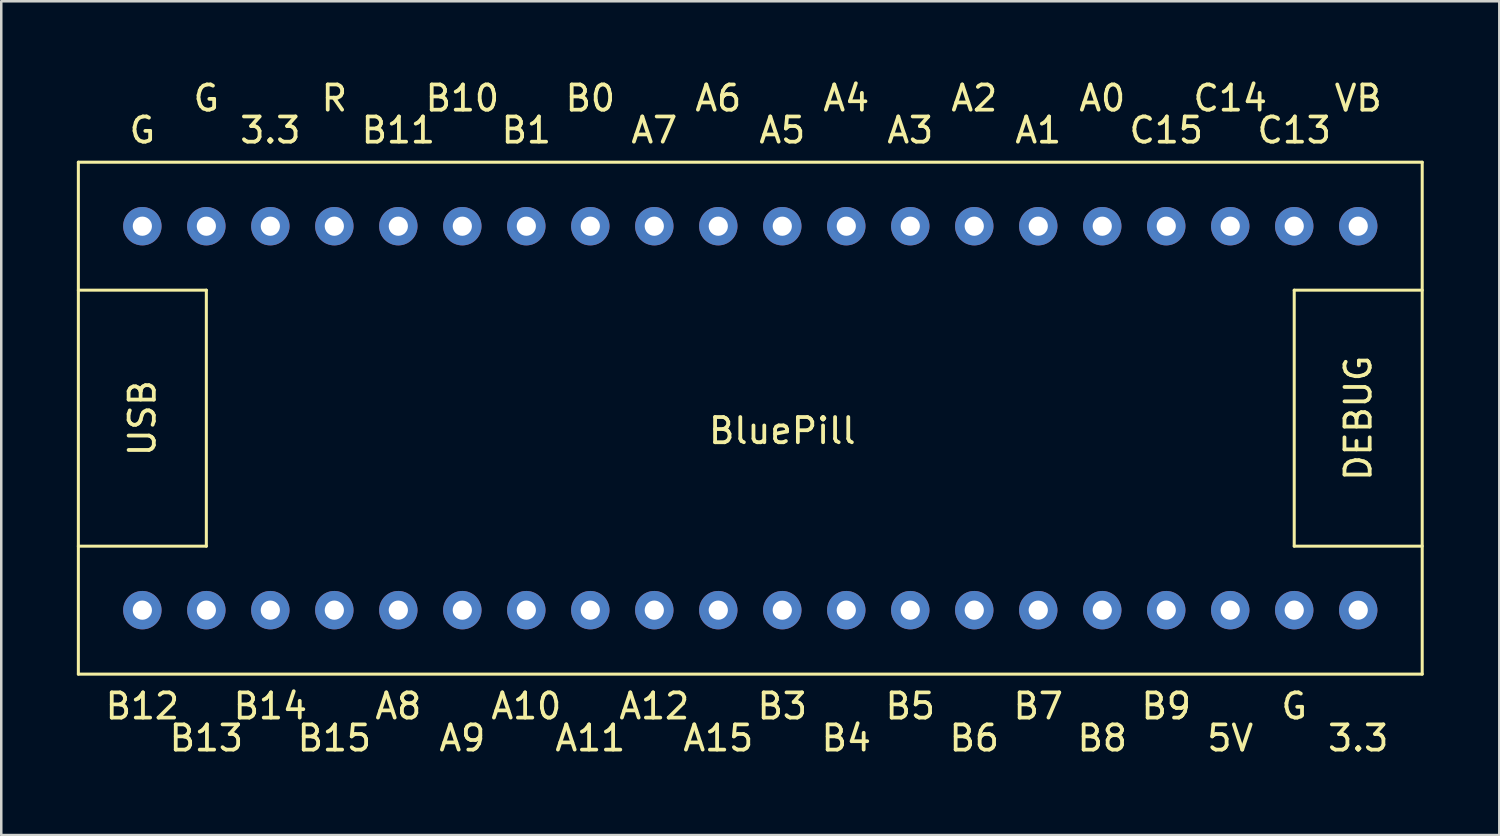
<source format=kicad_pcb>
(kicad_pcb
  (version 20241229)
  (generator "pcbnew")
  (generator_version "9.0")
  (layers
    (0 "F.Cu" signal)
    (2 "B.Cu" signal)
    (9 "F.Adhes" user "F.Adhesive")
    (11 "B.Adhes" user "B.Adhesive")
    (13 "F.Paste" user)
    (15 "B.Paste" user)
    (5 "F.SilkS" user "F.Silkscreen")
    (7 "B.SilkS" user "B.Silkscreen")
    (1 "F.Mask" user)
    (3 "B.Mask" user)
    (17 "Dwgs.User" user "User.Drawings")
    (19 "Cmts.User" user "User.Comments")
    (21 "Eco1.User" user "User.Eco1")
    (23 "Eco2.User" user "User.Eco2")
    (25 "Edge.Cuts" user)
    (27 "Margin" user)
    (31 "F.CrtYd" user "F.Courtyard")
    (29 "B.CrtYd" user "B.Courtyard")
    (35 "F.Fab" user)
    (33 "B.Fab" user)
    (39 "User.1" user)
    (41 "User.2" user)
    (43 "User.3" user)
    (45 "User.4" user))
  (footprint "BluePill"
    (layer "F.Cu")
    (at 28 13.548)
    (property "Reference" "BluePill" (at 0 0.5 0) (layer "F.SilkS") (effects (font (size 1 1) (thickness 0.15))))
    (attr through_hole)
    (fp_line (start -27.94 -10.16) (end 25.4 -10.16) (stroke (width 0.12) (type solid)) (layer "F.SilkS"))
    (fp_line (start -27.94 -5.08) (end -22.86 -5.08) (stroke (width 0.12) (type solid)) (layer "F.SilkS"))
    (fp_line (start -27.94 10.16) (end -27.94 -10.16) (stroke (width 0.12) (type solid)) (layer "F.SilkS"))
    (fp_line (start -22.86 -5.08) (end -22.86 5.08) (stroke (width 0.12) (type solid)) (layer "F.SilkS"))
    (fp_line (start -22.86 5.08) (end -27.94 5.08) (stroke (width 0.12) (type solid)) (layer "F.SilkS"))
    (fp_line (start 20.32 -5.08) (end 20.32 5.08) (stroke (width 0.12) (type solid)) (layer "F.SilkS"))
    (fp_line (start 20.32 5.08) (end 25.4 5.08) (stroke (width 0.12) (type solid)) (layer "F.SilkS"))
    (fp_line (start 25.4 -10.16) (end 25.4 10.16) (stroke (width 0.12) (type solid)) (layer "F.SilkS"))
    (fp_line (start 25.4 -5.08) (end 20.32 -5.08) (stroke (width 0.12) (type solid)) (layer "F.SilkS"))
    (fp_line (start 25.4 10.16) (end -27.94 10.16) (stroke (width 0.12) (type solid)) (layer "F.SilkS"))
    (fp_text user "B14" (at -20.32 11.43 0) (layer "F.SilkS") (effects (font (size 1 1) (thickness 0.15))))
    (fp_text user "USB" (at -25.4 0 90) (layer "F.SilkS") (effects (font (size 1 1) (thickness 0.15))))
    (fp_text user "B15" (at -17.78 12.7 0) (layer "F.SilkS") (effects (font (size 1 1) (thickness 0.15))))
    (fp_text user "G" (at -22.86 -12.7 0) (layer "F.SilkS") (effects (font (size 1 1) (thickness 0.15))))
    (fp_text user "B0" (at -7.62 -12.7 0) (layer "F.SilkS") (effects (font (size 1 1) (thickness 0.15))))
    (fp_text user "A12" (at -5.08 11.43 0) (layer "F.SilkS") (effects (font (size 1 1) (thickness 0.15))))
    (fp_text user "B9" (at 15.24 11.43 0) (layer "F.SilkS") (effects (font (size 1 1) (thickness 0.15))))
    (fp_text user "B11" (at -15.24 -11.43 0) (layer "F.SilkS") (effects (font (size 1 1) (thickness 0.15))))
    (fp_text user "B3" (at 0 11.43 0) (layer "F.SilkS") (effects (font (size 1 1) (thickness 0.15))))
    (fp_text user "B5" (at 5.08 11.43 0) (layer "F.SilkS") (effects (font (size 1 1) (thickness 0.15))))
    (fp_text user "A2" (at 7.62 -12.7 0) (layer "F.SilkS") (effects (font (size 1 1) (thickness 0.15))))
    (fp_text user "A8" (at -15.24 11.43 0) (layer "F.SilkS") (effects (font (size 1 1) (thickness 0.15))))
    (fp_text user "A4" (at 2.54 -12.7 0) (layer "F.SilkS") (effects (font (size 1 1) (thickness 0.15))))
    (fp_text user "R" (at -17.78 -12.7 0) (layer "F.SilkS") (effects (font (size 1 1) (thickness 0.15))))
    (fp_text user "DEBUG" (at 22.86 0 90) (layer "F.SilkS") (effects (font (size 1 1) (thickness 0.15))))
    (fp_text user "G" (at 20.32 11.43 0) (layer "F.SilkS") (effects (font (size 1 1) (thickness 0.15))))
    (fp_text user "A3" (at 5.08 -11.43 0) (layer "F.SilkS") (effects (font (size 1 1) (thickness 0.15))))
    (fp_text user "C15" (at 15.24 -11.43 0) (layer "F.SilkS") (effects (font (size 1 1) (thickness 0.15))))
    (fp_text user "B12" (at -25.4 11.43 0) (layer "F.SilkS") (effects (font (size 1 1) (thickness 0.15))))
    (fp_text user "B1" (at -10.16 -11.43 0) (layer "F.SilkS") (effects (font (size 1 1) (thickness 0.15))))
    (fp_text user "B4" (at 2.54 12.7 0) (layer "F.SilkS") (effects (font (size 1 1) (thickness 0.15))))
    (fp_text user "C14" (at 17.78 -12.7 0) (layer "F.SilkS") (effects (font (size 1 1) (thickness 0.15))))
    (fp_text user "A5" (at 0 -11.43 0) (layer "F.SilkS") (effects (font (size 1 1) (thickness 0.15))))
    (fp_text user "B7" (at 10.16 11.43 0) (layer "F.SilkS") (effects (font (size 1 1) (thickness 0.15))))
    (fp_text user "A0" (at 12.7 -12.7 0) (layer "F.SilkS") (effects (font (size 1 1) (thickness 0.15))))
    (fp_text user "B10" (at -12.7 -12.7 0) (layer "F.SilkS") (effects (font (size 1 1) (thickness 0.15))))
    (fp_text user "B8" (at 12.7 12.7 0) (layer "F.SilkS") (effects (font (size 1 1) (thickness 0.15))))
    (fp_text user "3.3" (at 22.86 12.7 0) (layer "F.SilkS") (effects (font (size 1 1) (thickness 0.15))))
    (fp_text user "A6" (at -2.54 -12.7 0) (layer "F.SilkS") (effects (font (size 1 1) (thickness 0.15))))
    (fp_text user "A11" (at -7.62 12.7 0) (layer "F.SilkS") (effects (font (size 1 1) (thickness 0.15))))
    (fp_text user "G" (at -25.4 -11.43 0) (layer "F.SilkS") (effects (font (size 1 1) (thickness 0.15))))
    (fp_text user "A9" (at -12.7 12.7 0) (layer "F.SilkS") (effects (font (size 1 1) (thickness 0.15))))
    (fp_text user "A10" (at -10.16 11.43 0) (layer "F.SilkS") (effects (font (size 1 1) (thickness 0.15))))
    (fp_text user "B6" (at 7.62 12.7 0) (layer "F.SilkS") (effects (font (size 1 1) (thickness 0.15))))
    (fp_text user "A15" (at -2.54 12.7 0) (layer "F.SilkS") (effects (font (size 1 1) (thickness 0.15))))
    (fp_text user "B13" (at -22.86 12.7 0) (layer "F.SilkS") (effects (font (size 1 1) (thickness 0.15))))
    (fp_text user "3.3" (at -20.32 -11.43 0) (layer "F.SilkS") (effects (font (size 1 1) (thickness 0.15))))
    (fp_text user "VB" (at 22.86 -12.7 0) (layer "F.SilkS") (effects (font (size 1 1) (thickness 0.15))))
    (fp_text user "A7" (at -5.08 -11.43 0) (layer "F.SilkS") (effects (font (size 1 1) (thickness 0.15))))
    (fp_text user "C13" (at 20.32 -11.43 0) (layer "F.SilkS") (effects (font (size 1 1) (thickness 0.15))))
    (fp_text user "5V" (at 17.78 12.7 0) (layer "F.SilkS") (effects (font (size 1 1) (thickness 0.15))))
    (fp_text user "A1" (at 10.16 -11.43 0) (layer "F.SilkS") (effects (font (size 1 1) (thickness 0.15))))
    (pad "1" thru_hole circle (at -25.4 -7.62) (size 1.524 1.524) (drill 0.762) (layers "*.Cu" "*.Mask"))
    (pad "2" thru_hole circle (at -22.86 -7.62) (size 1.524 1.524) (drill 0.762) (layers "*.Cu" "*.Mask"))
    (pad "3" thru_hole circle (at -20.32 -7.62) (size 1.524 1.524) (drill 0.762) (layers "*.Cu" "*.Mask"))
    (pad "4" thru_hole circle (at -17.78 -7.62) (size 1.524 1.524) (drill 0.762) (layers "*.Cu" "*.Mask"))
    (pad "5" thru_hole circle (at -15.24 -7.62) (size 1.524 1.524) (drill 0.762) (layers "*.Cu" "*.Mask"))
    (pad "6" thru_hole circle (at -12.7 -7.62) (size 1.524 1.524) (drill 0.762) (layers "*.Cu" "*.Mask"))
    (pad "7" thru_hole circle (at -10.16 -7.62) (size 1.524 1.524) (drill 0.762) (layers "*.Cu" "*.Mask"))
    (pad "8" thru_hole circle (at -7.62 -7.62) (size 1.524 1.524) (drill 0.762) (layers "*.Cu" "*.Mask"))
    (pad "9" thru_hole circle (at -5.08 -7.62) (size 1.524 1.524) (drill 0.762) (layers "*.Cu" "*.Mask"))
    (pad "10" thru_hole circle (at -2.54 -7.62) (size 1.524 1.524) (drill 0.762) (layers "*.Cu" "*.Mask"))
    (pad "11" thru_hole circle (at 0 -7.62) (size 1.524 1.524) (drill 0.762) (layers "*.Cu" "*.Mask"))
    (pad "12" thru_hole circle (at 2.54 -7.62) (size 1.524 1.524) (drill 0.762) (layers "*.Cu" "*.Mask"))
    (pad "13" thru_hole circle (at 5.08 -7.62) (size 1.524 1.524) (drill 0.762) (layers "*.Cu" "*.Mask"))
    (pad "14" thru_hole circle (at 7.62 -7.62) (size 1.524 1.524) (drill 0.762) (layers "*.Cu" "*.Mask"))
    (pad "15" thru_hole circle (at 10.16 -7.62) (size 1.524 1.524) (drill 0.762) (layers "*.Cu" "*.Mask"))
    (pad "16" thru_hole circle (at 12.7 -7.62) (size 1.524 1.524) (drill 0.762) (layers "*.Cu" "*.Mask"))
    (pad "17" thru_hole circle (at 15.24 -7.62) (size 1.524 1.524) (drill 0.762) (layers "*.Cu" "*.Mask"))
    (pad "18" thru_hole circle (at 17.78 -7.62) (size 1.524 1.524) (drill 0.762) (layers "*.Cu" "*.Mask"))
    (pad "19" thru_hole circle (at 20.32 -7.62) (size 1.524 1.524) (drill 0.762) (layers "*.Cu" "*.Mask"))
    (pad "20" thru_hole circle (at 22.86 -7.62) (size 1.524 1.524) (drill 0.762) (layers "*.Cu" "*.Mask"))
    (pad "21" thru_hole circle (at 22.86 7.62) (size 1.524 1.524) (drill 0.762) (layers "*.Cu" "*.Mask"))
    (pad "22" thru_hole circle (at 20.32 7.62) (size 1.524 1.524) (drill 0.762) (layers "*.Cu" "*.Mask"))
    (pad "23" thru_hole circle (at 17.78 7.62) (size 1.524 1.524) (drill 0.762) (layers "*.Cu" "*.Mask"))
    (pad "24" thru_hole circle (at 15.24 7.62) (size 1.524 1.524) (drill 0.762) (layers "*.Cu" "*.Mask"))
    (pad "25" thru_hole circle (at 12.7 7.62) (size 1.524 1.524) (drill 0.762) (layers "*.Cu" "*.Mask"))
    (pad "26" thru_hole circle (at 10.16 7.62) (size 1.524 1.524) (drill 0.762) (layers "*.Cu" "*.Mask"))
    (pad "27" thru_hole circle (at 7.62 7.62) (size 1.524 1.524) (drill 0.762) (layers "*.Cu" "*.Mask"))
    (pad "28" thru_hole circle (at 5.08 7.62) (size 1.524 1.524) (drill 0.762) (layers "*.Cu" "*.Mask"))
    (pad "29" thru_hole circle (at 2.54 7.62) (size 1.524 1.524) (drill 0.762) (layers "*.Cu" "*.Mask"))
    (pad "30" thru_hole circle (at 0 7.62) (size 1.524 1.524) (drill 0.762) (layers "*.Cu" "*.Mask"))
    (pad "31" thru_hole circle (at -2.54 7.62) (size 1.524 1.524) (drill 0.762) (layers "*.Cu" "*.Mask"))
    (pad "32" thru_hole circle (at -5.08 7.62) (size 1.524 1.524) (drill 0.762) (layers "*.Cu" "*.Mask"))
    (pad "33" thru_hole circle (at -7.62 7.62) (size 1.524 1.524) (drill 0.762) (layers "*.Cu" "*.Mask"))
    (pad "34" thru_hole circle (at -10.16 7.62) (size 1.524 1.524) (drill 0.762) (layers "*.Cu" "*.Mask"))
    (pad "35" thru_hole circle (at -12.7 7.62) (size 1.524 1.524) (drill 0.762) (layers "*.Cu" "*.Mask"))
    (pad "36" thru_hole circle (at -15.24 7.62) (size 1.524 1.524) (drill 0.762) (layers "*.Cu" "*.Mask"))
    (pad "37" thru_hole circle (at -17.78 7.62) (size 1.524 1.524) (drill 0.762) (layers "*.Cu" "*.Mask"))
    (pad "38" thru_hole circle (at -20.32 7.62) (size 1.524 1.524) (drill 0.762) (layers "*.Cu" "*.Mask"))
    (pad "39" thru_hole circle (at -22.86 7.62) (size 1.524 1.524) (drill 0.762) (layers "*.Cu" "*.Mask"))
    (pad "40" thru_hole circle (at -25.4 7.62) (size 1.524 1.524) (drill 0.762) (layers "*.Cu" "*.Mask")))
  (gr_rect
    (start -3 -3)
    (end 56.46 30.096)
    (stroke (width 0.1) (type default))
    (fill no)
    (layer "Edge.Cuts")))
</source>
